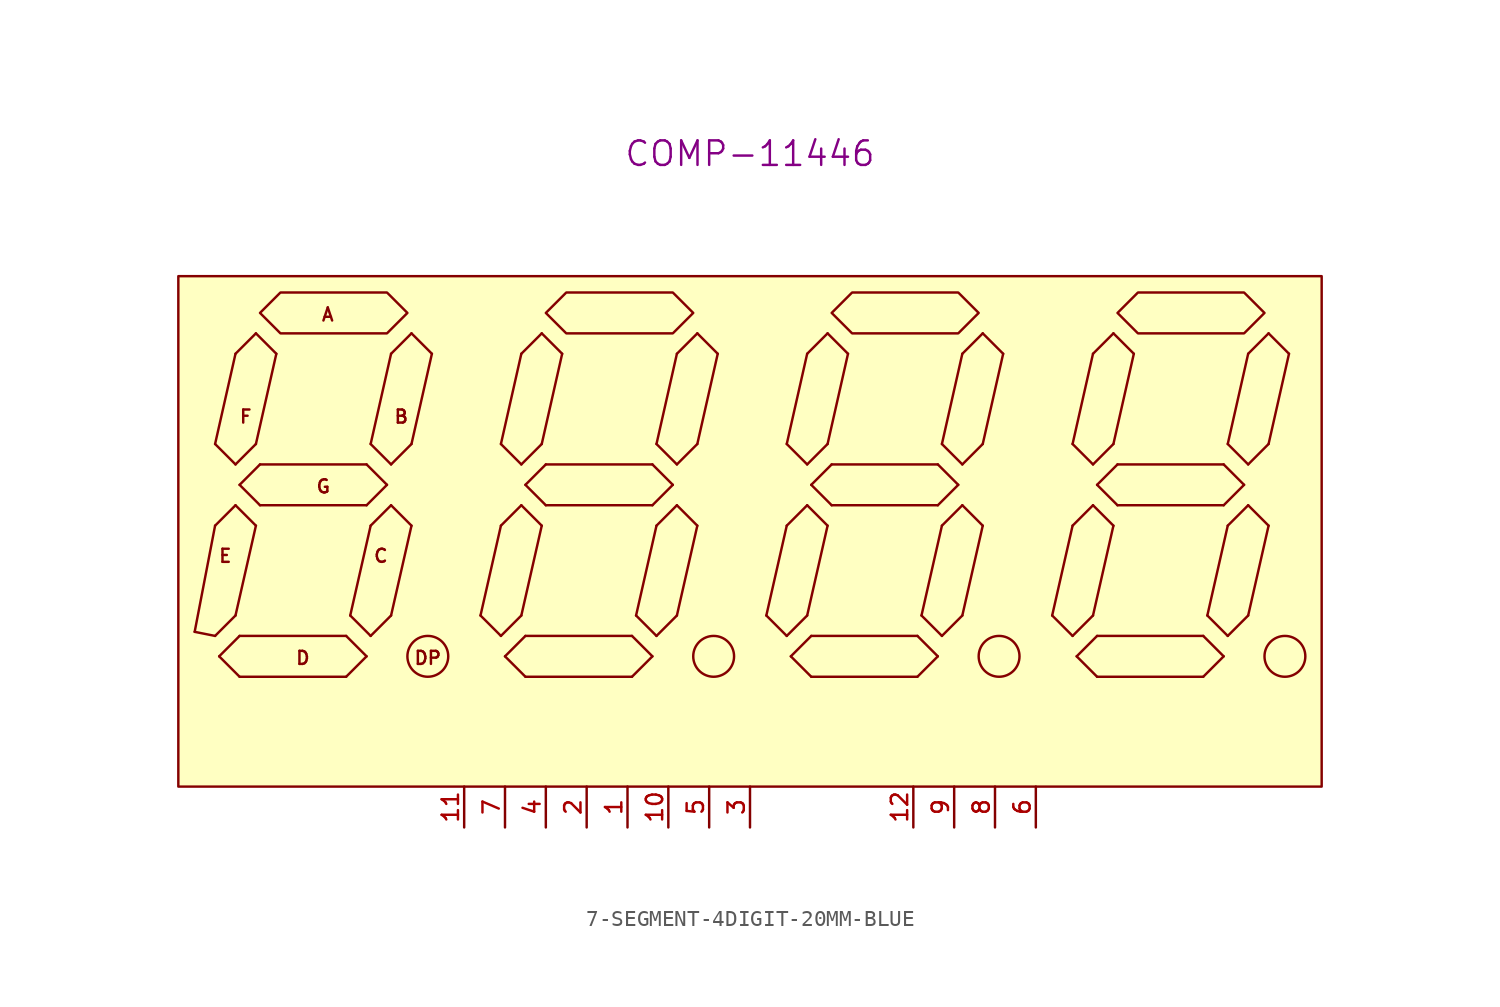
<source format=kicad_sym>
(kicad_symbol_lib
  (version 20220914)
  (generator kicad_symbol_editor)
  (symbol "7-SEGMENT-4DIGIT-20MM-BLUE"
    (pin_names
      (offset 1.016) hide)
    (property "Reference" "DISP"
      (at 0 20.32 0)
      (effects (font (size 1.143 1.143)) hide))
    (property "Field4" "COMP-11446"
      (at 0 24.13 0)
      (effects (font (size 1.524 1.524))))
    (property "ki_locked" ""
      (at 0 0 0)
      (effects (font (size 1.27 1.27))))
    (symbol "7-SEGMENT-4DIGIT-20MM-BLUE_1_0"
      (polyline (pts (xy -34.544 -5.613) (xy -33.274 -5.867)) (stroke (width 0) (type solid)) (fill (type none)))
      (polyline (pts (xy -33.274 -5.867) (xy -32.004 -4.597)) (stroke (width 0) (type solid)) (fill (type none)))
      (polyline (pts (xy -33.274 0.991) (xy -34.544 -5.613)) (stroke (width 0) (type solid)) (fill (type none)))
      (polyline (pts (xy -33.274 6.071) (xy -32.004 4.801)) (stroke (width 0) (type solid)) (fill (type none)))
      (polyline (pts (xy -33.02 -7.137) (xy -31.75 -8.407)) (stroke (width 0) (type solid)) (fill (type none)))
      (polyline (pts (xy -33.02 -7.137) (xy -31.75 -5.867)) (stroke (width 0) (type solid)) (fill (type none)))
      (polyline (pts (xy -32.004 -4.597) (xy -30.734 0.991)) (stroke (width 0) (type solid)) (fill (type none)))
      (polyline (pts (xy -32.004 2.261) (xy -33.274 0.991)) (stroke (width 0) (type solid)) (fill (type none)))
      (polyline (pts (xy -32.004 2.261) (xy -30.734 0.991)) (stroke (width 0) (type solid)) (fill (type none)))
      (polyline (pts (xy -32.004 4.801) (xy -30.734 6.071)) (stroke (width 0) (type solid)) (fill (type none)))
      (polyline (pts (xy -32.004 11.684) (xy -33.274 6.071)) (stroke (width 0) (type solid)) (fill (type none)))
      (polyline (pts (xy -31.75 -8.407) (xy -25.121 -8.407)) (stroke (width 0) (type solid)) (fill (type none)))
      (polyline (pts (xy -31.75 3.531) (xy -30.48 2.261)) (stroke (width 0) (type solid)) (fill (type none)))
      (polyline (pts (xy -31.75 3.531) (xy -30.48 4.801)) (stroke (width 0) (type solid)) (fill (type none)))
      (polyline (pts (xy -30.734 6.071) (xy -29.464 11.684)) (stroke (width 0) (type solid)) (fill (type none)))
      (polyline (pts (xy -30.734 12.954) (xy -32.004 11.684)) (stroke (width 0) (type solid)) (fill (type none)))
      (polyline (pts (xy -30.734 12.954) (xy -29.464 11.684)) (stroke (width 0) (type solid)) (fill (type none)))
      (polyline (pts (xy -30.48 2.261) (xy -23.851 2.261)) (stroke (width 0) (type solid)) (fill (type none)))
      (polyline (pts (xy -25.121 -8.407) (xy -23.851 -7.137)) (stroke (width 0) (type solid)) (fill (type none)))
      (polyline (pts (xy -25.121 -5.867) (xy -31.75 -5.867)) (stroke (width 0) (type solid)) (fill (type none)))
      (polyline (pts (xy -24.867 -4.597) (xy -23.597 -5.867)) (stroke (width 0) (type solid)) (fill (type none)))
      (polyline (pts (xy -23.851 -7.137) (xy -25.121 -5.867)) (stroke (width 0) (type solid)) (fill (type none)))
      (polyline (pts (xy -23.851 2.261) (xy -22.581 3.531)) (stroke (width 0) (type solid)) (fill (type none)))
      (polyline (pts (xy -23.851 4.801) (xy -30.48 4.801)) (stroke (width 0) (type solid)) (fill (type none)))
      (polyline (pts (xy -23.597 -5.867) (xy -22.327 -4.597)) (stroke (width 0) (type solid)) (fill (type none)))
      (polyline (pts (xy -23.597 0.991) (xy -24.867 -4.597)) (stroke (width 0) (type solid)) (fill (type none)))
      (polyline (pts (xy -23.597 6.071) (xy -22.327 4.801)) (stroke (width 0) (type solid)) (fill (type none)))
      (polyline (pts (xy -22.581 3.531) (xy -23.851 4.801)) (stroke (width 0) (type solid)) (fill (type none)))
      (polyline (pts (xy -22.327 -4.597) (xy -21.057 0.991)) (stroke (width 0) (type solid)) (fill (type none)))
      (polyline (pts (xy -22.327 2.261) (xy -23.597 0.991)) (stroke (width 0) (type solid)) (fill (type none)))
      (polyline (pts (xy -22.327 2.261) (xy -21.057 0.991)) (stroke (width 0) (type solid)) (fill (type none)))
      (polyline (pts (xy -22.327 4.801) (xy -21.057 6.071)) (stroke (width 0) (type solid)) (fill (type none)))
      (polyline (pts (xy -22.327 11.684) (xy -23.597 6.071)) (stroke (width 0) (type solid)) (fill (type none)))
      (polyline (pts (xy -21.057 6.071) (xy -19.787 11.684)) (stroke (width 0) (type solid)) (fill (type none)))
      (polyline (pts (xy -21.057 12.954) (xy -22.327 11.684)) (stroke (width 0) (type solid)) (fill (type none)))
      (polyline (pts (xy -21.057 12.954) (xy -19.787 11.684)) (stroke (width 0) (type solid)) (fill (type none)))
      (polyline (pts (xy -16.764 -4.597) (xy -15.494 -5.867)) (stroke (width 0) (type solid)) (fill (type none)))
      (polyline (pts (xy -15.494 -5.867) (xy -14.224 -4.597)) (stroke (width 0) (type solid)) (fill (type none)))
      (polyline (pts (xy -15.494 0.991) (xy -16.764 -4.597)) (stroke (width 0) (type solid)) (fill (type none)))
      (polyline (pts (xy -15.494 6.071) (xy -14.224 4.801)) (stroke (width 0) (type solid)) (fill (type none)))
      (polyline (pts (xy -15.24 -7.137) (xy -13.97 -8.407)) (stroke (width 0) (type solid)) (fill (type none)))
      (polyline (pts (xy -15.24 -7.137) (xy -13.97 -5.867)) (stroke (width 0) (type solid)) (fill (type none)))
      (polyline (pts (xy -14.224 -4.597) (xy -12.954 0.991)) (stroke (width 0) (type solid)) (fill (type none)))
      (polyline (pts (xy -14.224 2.261) (xy -15.494 0.991)) (stroke (width 0) (type solid)) (fill (type none)))
      (polyline (pts (xy -14.224 2.261) (xy -12.954 0.991)) (stroke (width 0) (type solid)) (fill (type none)))
      (polyline (pts (xy -14.224 4.801) (xy -12.954 6.071)) (stroke (width 0) (type solid)) (fill (type none)))
      (polyline (pts (xy -14.224 11.684) (xy -15.494 6.071)) (stroke (width 0) (type solid)) (fill (type none)))
      (polyline (pts (xy -13.97 -8.407) (xy -7.341 -8.407)) (stroke (width 0) (type solid)) (fill (type none)))
      (polyline (pts (xy -13.97 3.531) (xy -12.7 2.261)) (stroke (width 0) (type solid)) (fill (type none)))
      (polyline (pts (xy -13.97 3.531) (xy -12.7 4.801)) (stroke (width 0) (type solid)) (fill (type none)))
      (polyline (pts (xy -12.954 6.071) (xy -11.684 11.684)) (stroke (width 0) (type solid)) (fill (type none)))
      (polyline (pts (xy -12.954 12.954) (xy -14.224 11.684)) (stroke (width 0) (type solid)) (fill (type none)))
      (polyline (pts (xy -12.954 12.954) (xy -11.684 11.684)) (stroke (width 0) (type solid)) (fill (type none)))
      (polyline (pts (xy -12.7 2.261) (xy -6.071 2.261)) (stroke (width 0) (type solid)) (fill (type none)))
      (polyline (pts (xy -7.341 -8.407) (xy -6.071 -7.137)) (stroke (width 0) (type solid)) (fill (type none)))
      (polyline (pts (xy -7.341 -5.867) (xy -13.97 -5.867)) (stroke (width 0) (type solid)) (fill (type none)))
      (polyline (pts (xy -7.087 -4.597) (xy -5.817 -5.867)) (stroke (width 0) (type solid)) (fill (type none)))
      (polyline (pts (xy -6.071 -7.137) (xy -7.341 -5.867)) (stroke (width 0) (type solid)) (fill (type none)))
      (polyline (pts (xy -6.071 2.261) (xy -4.801 3.531)) (stroke (width 0) (type solid)) (fill (type none)))
      (polyline (pts (xy -6.071 4.801) (xy -12.7 4.801)) (stroke (width 0) (type solid)) (fill (type none)))
      (polyline (pts (xy -5.817 -5.867) (xy -4.547 -4.597)) (stroke (width 0) (type solid)) (fill (type none)))
      (polyline (pts (xy -5.817 0.991) (xy -7.087 -4.597)) (stroke (width 0) (type solid)) (fill (type none)))
      (polyline (pts (xy -5.817 6.071) (xy -4.547 4.801)) (stroke (width 0) (type solid)) (fill (type none)))
      (polyline (pts (xy -4.801 3.531) (xy -6.071 4.801)) (stroke (width 0) (type solid)) (fill (type none)))
      (polyline (pts (xy -4.547 -4.597) (xy -3.277 0.991)) (stroke (width 0) (type solid)) (fill (type none)))
      (polyline (pts (xy -4.547 2.261) (xy -5.817 0.991)) (stroke (width 0) (type solid)) (fill (type none)))
      (polyline (pts (xy -4.547 2.261) (xy -3.277 0.991)) (stroke (width 0) (type solid)) (fill (type none)))
      (polyline (pts (xy -4.547 4.801) (xy -3.277 6.071)) (stroke (width 0) (type solid)) (fill (type none)))
      (polyline (pts (xy -4.547 11.684) (xy -5.817 6.071)) (stroke (width 0) (type solid)) (fill (type none)))
      (polyline (pts (xy -3.277 6.071) (xy -2.007 11.684)) (stroke (width 0) (type solid)) (fill (type none)))
      (polyline (pts (xy -3.277 12.954) (xy -4.547 11.684)) (stroke (width 0) (type solid)) (fill (type none)))
      (polyline (pts (xy -3.277 12.954) (xy -2.007 11.684)) (stroke (width 0) (type solid)) (fill (type none)))
      (polyline (pts (xy 1.016 -4.597) (xy 2.286 -5.867)) (stroke (width 0) (type solid)) (fill (type none)))
      (polyline (pts (xy 2.286 -5.867) (xy 3.556 -4.597)) (stroke (width 0) (type solid)) (fill (type none)))
      (polyline (pts (xy 2.286 0.991) (xy 1.016 -4.597)) (stroke (width 0) (type solid)) (fill (type none)))
      (polyline (pts (xy 2.286 6.071) (xy 3.556 4.801)) (stroke (width 0) (type solid)) (fill (type none)))
      (polyline (pts (xy 2.54 -7.137) (xy 3.81 -8.407)) (stroke (width 0) (type solid)) (fill (type none)))
      (polyline (pts (xy 2.54 -7.137) (xy 3.81 -5.867)) (stroke (width 0) (type solid)) (fill (type none)))
      (polyline (pts (xy 3.556 -4.597) (xy 4.826 0.991)) (stroke (width 0) (type solid)) (fill (type none)))
      (polyline (pts (xy 3.556 2.261) (xy 2.286 0.991)) (stroke (width 0) (type solid)) (fill (type none)))
      (polyline (pts (xy 3.556 2.261) (xy 4.826 0.991)) (stroke (width 0) (type solid)) (fill (type none)))
      (polyline (pts (xy 3.556 4.801) (xy 4.826 6.071)) (stroke (width 0) (type solid)) (fill (type none)))
      (polyline (pts (xy 3.556 11.684) (xy 2.286 6.071)) (stroke (width 0) (type solid)) (fill (type none)))
      (polyline (pts (xy 3.81 -8.407) (xy 10.414 -8.407)) (stroke (width 0) (type solid)) (fill (type none)))
      (polyline (pts (xy 3.81 3.531) (xy 5.08 2.261)) (stroke (width 0) (type solid)) (fill (type none)))
      (polyline (pts (xy 3.81 3.531) (xy 5.08 4.801)) (stroke (width 0) (type solid)) (fill (type none)))
      (polyline (pts (xy 4.826 6.071) (xy 6.096 11.684)) (stroke (width 0) (type solid)) (fill (type none)))
      (polyline (pts (xy 4.826 12.954) (xy 3.556 11.684)) (stroke (width 0) (type solid)) (fill (type none)))
      (polyline (pts (xy 4.826 12.954) (xy 6.096 11.684)) (stroke (width 0) (type solid)) (fill (type none)))
      (polyline (pts (xy 5.08 2.261) (xy 11.684 2.261)) (stroke (width 0) (type solid)) (fill (type none)))
      (polyline (pts (xy 10.414 -8.407) (xy 11.684 -7.137)) (stroke (width 0) (type solid)) (fill (type none)))
      (polyline (pts (xy 10.414 -5.867) (xy 3.81 -5.867)) (stroke (width 0) (type solid)) (fill (type none)))
      (polyline (pts (xy 10.668 -4.597) (xy 11.938 -5.867)) (stroke (width 0) (type solid)) (fill (type none)))
      (polyline (pts (xy 11.684 -7.137) (xy 10.414 -5.867)) (stroke (width 0) (type solid)) (fill (type none)))
      (polyline (pts (xy 11.684 2.261) (xy 12.954 3.531)) (stroke (width 0) (type solid)) (fill (type none)))
      (polyline (pts (xy 11.684 4.801) (xy 5.08 4.801)) (stroke (width 0) (type solid)) (fill (type none)))
      (polyline (pts (xy 11.938 -5.867) (xy 13.208 -4.597)) (stroke (width 0) (type solid)) (fill (type none)))
      (polyline (pts (xy 11.938 0.991) (xy 10.668 -4.597)) (stroke (width 0) (type solid)) (fill (type none)))
      (polyline (pts (xy 11.938 6.071) (xy 13.208 4.801)) (stroke (width 0) (type solid)) (fill (type none)))
      (polyline (pts (xy 12.954 3.531) (xy 11.684 4.801)) (stroke (width 0) (type solid)) (fill (type none)))
      (polyline (pts (xy 13.208 -4.597) (xy 14.478 0.991)) (stroke (width 0) (type solid)) (fill (type none)))
      (polyline (pts (xy 13.208 2.261) (xy 11.938 0.991)) (stroke (width 0) (type solid)) (fill (type none)))
      (polyline (pts (xy 13.208 2.261) (xy 14.478 0.991)) (stroke (width 0) (type solid)) (fill (type none)))
      (polyline (pts (xy 13.208 4.801) (xy 14.478 6.071)) (stroke (width 0) (type solid)) (fill (type none)))
      (polyline (pts (xy 13.208 11.684) (xy 11.938 6.071)) (stroke (width 0) (type solid)) (fill (type none)))
      (polyline (pts (xy 14.478 6.071) (xy 15.748 11.684)) (stroke (width 0) (type solid)) (fill (type none)))
      (polyline (pts (xy 14.478 12.954) (xy 13.208 11.684)) (stroke (width 0) (type solid)) (fill (type none)))
      (polyline (pts (xy 14.478 12.954) (xy 15.748 11.684)) (stroke (width 0) (type solid)) (fill (type none)))
      (polyline (pts (xy 18.796 -4.597) (xy 20.066 -5.867)) (stroke (width 0) (type solid)) (fill (type none)))
      (polyline (pts (xy 20.066 -5.867) (xy 21.336 -4.597)) (stroke (width 0) (type solid)) (fill (type none)))
      (polyline (pts (xy 20.066 0.991) (xy 18.796 -4.597)) (stroke (width 0) (type solid)) (fill (type none)))
      (polyline (pts (xy 20.066 6.071) (xy 21.336 4.801)) (stroke (width 0) (type solid)) (fill (type none)))
      (polyline (pts (xy 20.32 -7.137) (xy 21.59 -8.407)) (stroke (width 0) (type solid)) (fill (type none)))
      (polyline (pts (xy 20.32 -7.137) (xy 21.59 -5.867)) (stroke (width 0) (type solid)) (fill (type none)))
      (polyline (pts (xy 21.336 -4.597) (xy 22.606 0.991)) (stroke (width 0) (type solid)) (fill (type none)))
      (polyline (pts (xy 21.336 2.261) (xy 20.066 0.991)) (stroke (width 0) (type solid)) (fill (type none)))
      (polyline (pts (xy 21.336 2.261) (xy 22.606 0.991)) (stroke (width 0) (type solid)) (fill (type none)))
      (polyline (pts (xy 21.336 4.801) (xy 22.606 6.071)) (stroke (width 0) (type solid)) (fill (type none)))
      (polyline (pts (xy 21.336 11.684) (xy 20.066 6.071)) (stroke (width 0) (type solid)) (fill (type none)))
      (polyline (pts (xy 21.59 -8.407) (xy 28.194 -8.407)) (stroke (width 0) (type solid)) (fill (type none)))
      (polyline (pts (xy 21.59 3.531) (xy 22.86 2.261)) (stroke (width 0) (type solid)) (fill (type none)))
      (polyline (pts (xy 21.59 3.531) (xy 22.86 4.801)) (stroke (width 0) (type solid)) (fill (type none)))
      (polyline (pts (xy 22.606 6.071) (xy 23.876 11.684)) (stroke (width 0) (type solid)) (fill (type none)))
      (polyline (pts (xy 22.606 12.954) (xy 21.336 11.684)) (stroke (width 0) (type solid)) (fill (type none)))
      (polyline (pts (xy 22.606 12.954) (xy 23.876 11.684)) (stroke (width 0) (type solid)) (fill (type none)))
      (polyline (pts (xy 22.86 2.261) (xy 29.464 2.261)) (stroke (width 0) (type solid)) (fill (type none)))
      (polyline (pts (xy 28.194 -8.407) (xy 29.464 -7.137)) (stroke (width 0) (type solid)) (fill (type none)))
      (polyline (pts (xy 28.194 -5.867) (xy 21.59 -5.867)) (stroke (width 0) (type solid)) (fill (type none)))
      (polyline (pts (xy 28.448 -4.597) (xy 29.718 -5.867)) (stroke (width 0) (type solid)) (fill (type none)))
      (polyline (pts (xy 29.464 -7.137) (xy 28.194 -5.867)) (stroke (width 0) (type solid)) (fill (type none)))
      (polyline (pts (xy 29.464 2.261) (xy 30.734 3.531)) (stroke (width 0) (type solid)) (fill (type none)))
      (polyline (pts (xy 29.464 4.801) (xy 22.86 4.801)) (stroke (width 0) (type solid)) (fill (type none)))
      (polyline (pts (xy 29.718 -5.867) (xy 30.988 -4.597)) (stroke (width 0) (type solid)) (fill (type none)))
      (polyline (pts (xy 29.718 0.991) (xy 28.448 -4.597)) (stroke (width 0) (type solid)) (fill (type none)))
      (polyline (pts (xy 29.718 6.071) (xy 30.988 4.801)) (stroke (width 0) (type solid)) (fill (type none)))
      (polyline (pts (xy 30.734 3.531) (xy 29.464 4.801)) (stroke (width 0) (type solid)) (fill (type none)))
      (polyline (pts (xy 30.988 -4.597) (xy 32.258 0.991)) (stroke (width 0) (type solid)) (fill (type none)))
      (polyline (pts (xy 30.988 2.261) (xy 29.718 0.991)) (stroke (width 0) (type solid)) (fill (type none)))
      (polyline (pts (xy 30.988 2.261) (xy 32.258 0.991)) (stroke (width 0) (type solid)) (fill (type none)))
      (polyline (pts (xy 30.988 4.801) (xy 32.258 6.071)) (stroke (width 0) (type solid)) (fill (type none)))
      (polyline (pts (xy 30.988 11.684) (xy 29.718 6.071)) (stroke (width 0) (type solid)) (fill (type none)))
      (polyline (pts (xy 32.258 6.071) (xy 33.528 11.684)) (stroke (width 0) (type solid)) (fill (type none)))
      (polyline (pts (xy 32.258 12.954) (xy 30.988 11.684)) (stroke (width 0) (type solid)) (fill (type none)))
      (polyline (pts (xy 32.258 12.954) (xy 33.528 11.684)) (stroke (width 0) (type solid)) (fill (type none)))
      (text "A" (at -26.264 14.122 0) (effects (font (size 0.813 0.813))))
      (text "B" (at -21.692 7.772 0) (effects (font (size 0.813 0.813))))
      (text "C" (at -22.962 -0.889 0) (effects (font (size 0.813 0.813))))
      (text "D" (at -27.813 -7.239 0) (effects (font (size 0.813 0.813))))
      (text "DP" (at -20.041 -7.239 0) (effects (font (size 0.813 0.813))))
      (text "E" (at -32.639 -0.889 0) (effects (font (size 0.813 0.813))))
      (text "F" (at -31.369 7.772 0) (effects (font (size 0.813 0.813))))
      (text "G" (at -26.543 3.429 0) (effects (font (size 0.813 0.813)))))
    (symbol "7-SEGMENT-4DIGIT-20MM-BLUE_1_1"
      (circle (center -20.041 -7.137) (radius 1.27) (stroke (width 0) (type solid)) (fill (type none)))
      (circle (center -2.261 -7.137) (radius 1.27) (stroke (width 0) (type solid)) (fill (type none)))
      (polyline (pts (xy -35.56 16.51) (xy 35.56 16.51) (xy 35.56 -15.24) (xy -35.56 -15.24) (xy -35.56 16.51)) (stroke (width 0) (type solid)) (fill (type background)))
      (polyline (pts (xy -22.581 15.494) (xy -21.311 14.224) (xy -22.581 12.954) (xy -29.21 12.954) (xy -30.48 14.224) (xy -29.21 15.494) (xy -22.581 15.494)) (stroke (width 0) (type solid)) (fill (type background)))
      (polyline (pts (xy -4.801 15.494) (xy -3.531 14.224) (xy -4.801 12.954) (xy -11.43 12.954) (xy -12.7 14.224) (xy -11.43 15.494) (xy -4.801 15.494)) (stroke (width 0) (type solid)) (fill (type background)))
      (polyline (pts (xy 12.954 15.494) (xy 14.224 14.224) (xy 12.954 12.954) (xy 6.35 12.954) (xy 5.08 14.224) (xy 6.35 15.494) (xy 12.954 15.494)) (stroke (width 0) (type solid)) (fill (type background)))
      (polyline (pts (xy 30.734 15.494) (xy 32.004 14.224) (xy 30.734 12.954) (xy 24.13 12.954) (xy 22.86 14.224) (xy 24.13 15.494) (xy 30.734 15.494)) (stroke (width 0) (type solid)) (fill (type background)))
      (circle (center 15.494 -7.137) (radius 1.27) (stroke (width 0) (type solid)) (fill (type none)))
      (circle (center 33.274 -7.137) (radius 1.27) (stroke (width 0) (type solid)) (fill (type none)))
      (pin bidirectional line (at -7.62 -17.78 90) (length 2.54) (name "E" (effects (font (size 1.016 1.016)))) (number "1" (effects (font (size 1.016 1.016)))))
      (pin bidirectional line (at -5.08 -17.78 90) (length 2.54) (name "F" (effects (font (size 1.016 1.016)))) (number "10" (effects (font (size 1.016 1.016)))))
      (pin bidirectional line (at -17.78 -17.78 90) (length 2.54) (name "A" (effects (font (size 1.016 1.016)))) (number "11" (effects (font (size 1.016 1.016)))))
      (pin bidirectional line (at 10.16 -17.78 90) (length 2.54) (name "D1" (effects (font (size 1.016 1.016)))) (number "12" (effects (font (size 1.016 1.016)))))
      (pin bidirectional line (at -10.16 -17.78 90) (length 2.54) (name "D" (effects (font (size 1.016 1.016)))) (number "2" (effects (font (size 1.016 1.016)))))
      (pin bidirectional line (at 0 -17.78 90) (length 2.54) (name "DP" (effects (font (size 1.016 1.016)))) (number "3" (effects (font (size 1.016 1.016)))))
      (pin bidirectional line (at -12.7 -17.78 90) (length 2.54) (name "C" (effects (font (size 1.016 1.016)))) (number "4" (effects (font (size 1.016 1.016)))))
      (pin bidirectional line (at -2.54 -17.78 90) (length 2.54) (name "G" (effects (font (size 1.016 1.016)))) (number "5" (effects (font (size 1.016 1.016)))))
      (pin bidirectional line (at 17.78 -17.78 90) (length 2.54) (name "D4" (effects (font (size 1.016 1.016)))) (number "6" (effects (font (size 1.016 1.016)))))
      (pin bidirectional line (at -15.24 -17.78 90) (length 2.54) (name "B" (effects (font (size 1.016 1.016)))) (number "7" (effects (font (size 1.016 1.016)))))
      (pin bidirectional line (at 15.24 -17.78 90) (length 2.54) (name "D3" (effects (font (size 1.016 1.016)))) (number "8" (effects (font (size 1.016 1.016)))))
      (pin bidirectional line (at 12.7 -17.78 90) (length 2.54) (name "D2" (effects (font (size 1.016 1.016)))) (number "9" (effects (font (size 1.016 1.016))))))))
</source>
